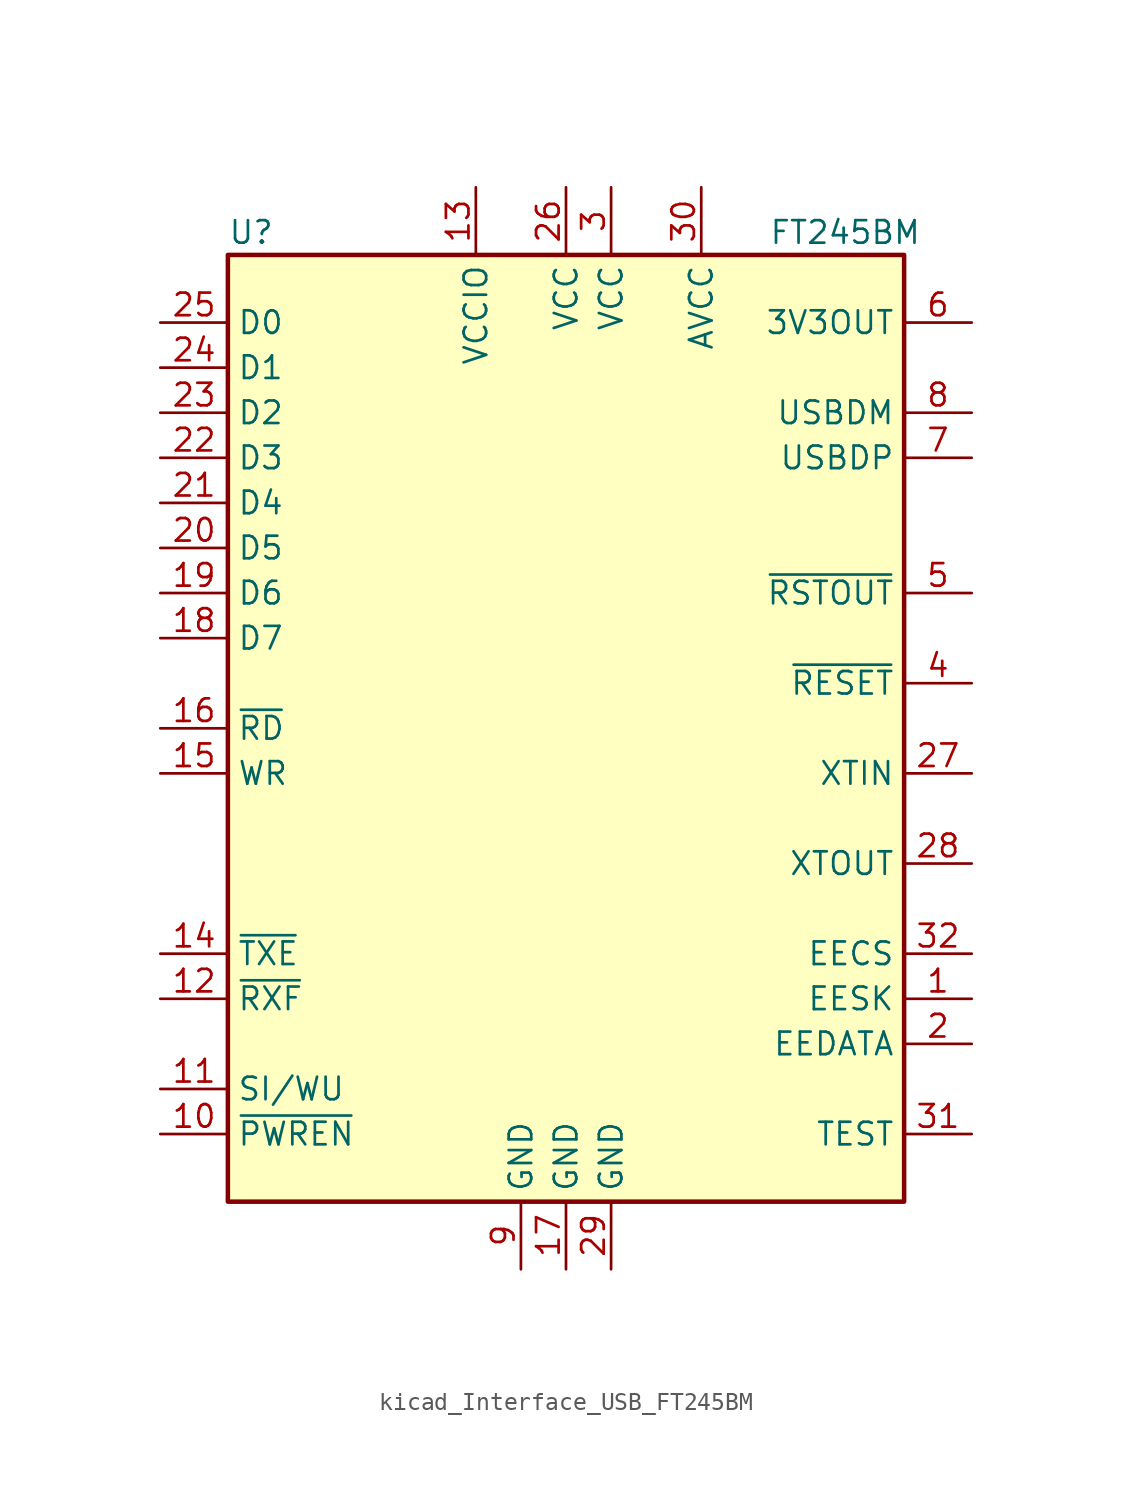
<source format=kicad_sym>
(kicad_symbol_lib
  (version 20220914)
  (generator kicad_symbol_editor)
  (symbol "kicad_Interface_USB_FT245BM"
    (property "Reference" "U"
      (at -19.05 27.94 0)
      (effects (font (size 1.27 1.27)) (justify left)))
    (property "Value" "FT245BM"
      (at 11.43 27.94 0)
      (effects (font (size 1.27 1.27)) (justify left)))
    (symbol "kicad_Interface_USB_FT245BM_0_1"
      (rectangle (start -19.05 26.67) (end 19.05 -26.67) (stroke (width 0.254) (type default)) (fill (type background))))
    (symbol "kicad_Interface_USB_FT245BM_1_1"
      (pin output line (at 22.86 -15.24 180) (length 3.81) (name "EESK" (effects (font (size 1.27 1.27)))) (number "1" (effects (font (size 1.27 1.27)))))
      (pin output line (at -22.86 -22.86 0) (length 3.81) (name "~{PWREN}" (effects (font (size 1.27 1.27)))) (number "10" (effects (font (size 1.27 1.27)))))
      (pin input line (at -22.86 -20.32 0) (length 3.81) (name "SI/WU" (effects (font (size 1.27 1.27)))) (number "11" (effects (font (size 1.27 1.27)))))
      (pin output line (at -22.86 -15.24 0) (length 3.81) (name "~{RXF}" (effects (font (size 1.27 1.27)))) (number "12" (effects (font (size 1.27 1.27)))))
      (pin power_in line (at -5.08 30.48 270) (length 3.81) (name "VCCIO" (effects (font (size 1.27 1.27)))) (number "13" (effects (font (size 1.27 1.27)))))
      (pin output line (at -22.86 -12.7 0) (length 3.81) (name "~{TXE}" (effects (font (size 1.27 1.27)))) (number "14" (effects (font (size 1.27 1.27)))))
      (pin input line (at -22.86 -2.54 0) (length 3.81) (name "WR" (effects (font (size 1.27 1.27)))) (number "15" (effects (font (size 1.27 1.27)))))
      (pin input line (at -22.86 0 0) (length 3.81) (name "~{RD}" (effects (font (size 1.27 1.27)))) (number "16" (effects (font (size 1.27 1.27)))))
      (pin power_in line (at 0 -30.48 90) (length 3.81) (name "GND" (effects (font (size 1.27 1.27)))) (number "17" (effects (font (size 1.27 1.27)))))
      (pin bidirectional line (at -22.86 5.08 0) (length 3.81) (name "D7" (effects (font (size 1.27 1.27)))) (number "18" (effects (font (size 1.27 1.27)))))
      (pin bidirectional line (at -22.86 7.62 0) (length 3.81) (name "D6" (effects (font (size 1.27 1.27)))) (number "19" (effects (font (size 1.27 1.27)))))
      (pin bidirectional line (at 22.86 -17.78 180) (length 3.81) (name "EEDATA" (effects (font (size 1.27 1.27)))) (number "2" (effects (font (size 1.27 1.27)))))
      (pin bidirectional line (at -22.86 10.16 0) (length 3.81) (name "D5" (effects (font (size 1.27 1.27)))) (number "20" (effects (font (size 1.27 1.27)))))
      (pin bidirectional line (at -22.86 12.7 0) (length 3.81) (name "D4" (effects (font (size 1.27 1.27)))) (number "21" (effects (font (size 1.27 1.27)))))
      (pin bidirectional line (at -22.86 15.24 0) (length 3.81) (name "D3" (effects (font (size 1.27 1.27)))) (number "22" (effects (font (size 1.27 1.27)))))
      (pin bidirectional line (at -22.86 17.78 0) (length 3.81) (name "D2" (effects (font (size 1.27 1.27)))) (number "23" (effects (font (size 1.27 1.27)))))
      (pin bidirectional line (at -22.86 20.32 0) (length 3.81) (name "D1" (effects (font (size 1.27 1.27)))) (number "24" (effects (font (size 1.27 1.27)))))
      (pin bidirectional line (at -22.86 22.86 0) (length 3.81) (name "D0" (effects (font (size 1.27 1.27)))) (number "25" (effects (font (size 1.27 1.27)))))
      (pin power_in line (at 0 30.48 270) (length 3.81) (name "VCC" (effects (font (size 1.27 1.27)))) (number "26" (effects (font (size 1.27 1.27)))))
      (pin input line (at 22.86 -2.54 180) (length 3.81) (name "XTIN" (effects (font (size 1.27 1.27)))) (number "27" (effects (font (size 1.27 1.27)))))
      (pin output line (at 22.86 -7.62 180) (length 3.81) (name "XTOUT" (effects (font (size 1.27 1.27)))) (number "28" (effects (font (size 1.27 1.27)))))
      (pin power_in line (at 2.54 -30.48 90) (length 3.81) (name "GND" (effects (font (size 1.27 1.27)))) (number "29" (effects (font (size 1.27 1.27)))))
      (pin power_in line (at 2.54 30.48 270) (length 3.81) (name "VCC" (effects (font (size 1.27 1.27)))) (number "3" (effects (font (size 1.27 1.27)))))
      (pin power_in line (at 7.62 30.48 270) (length 3.81) (name "AVCC" (effects (font (size 1.27 1.27)))) (number "30" (effects (font (size 1.27 1.27)))))
      (pin input line (at 22.86 -22.86 180) (length 3.81) (name "TEST" (effects (font (size 1.27 1.27)))) (number "31" (effects (font (size 1.27 1.27)))))
      (pin bidirectional line (at 22.86 -12.7 180) (length 3.81) (name "EECS" (effects (font (size 1.27 1.27)))) (number "32" (effects (font (size 1.27 1.27)))))
      (pin input line (at 22.86 2.54 180) (length 3.81) (name "~{RESET}" (effects (font (size 1.27 1.27)))) (number "4" (effects (font (size 1.27 1.27)))))
      (pin output line (at 22.86 7.62 180) (length 3.81) (name "~{RSTOUT}" (effects (font (size 1.27 1.27)))) (number "5" (effects (font (size 1.27 1.27)))))
      (pin power_out line (at 22.86 22.86 180) (length 3.81) (name "3V3OUT" (effects (font (size 1.27 1.27)))) (number "6" (effects (font (size 1.27 1.27)))))
      (pin bidirectional line (at 22.86 15.24 180) (length 3.81) (name "USBDP" (effects (font (size 1.27 1.27)))) (number "7" (effects (font (size 1.27 1.27)))))
      (pin bidirectional line (at 22.86 17.78 180) (length 3.81) (name "USBDM" (effects (font (size 1.27 1.27)))) (number "8" (effects (font (size 1.27 1.27)))))
      (pin power_in line (at -2.54 -30.48 90) (length 3.81) (name "GND" (effects (font (size 1.27 1.27)))) (number "9" (effects (font (size 1.27 1.27))))))))
</source>
